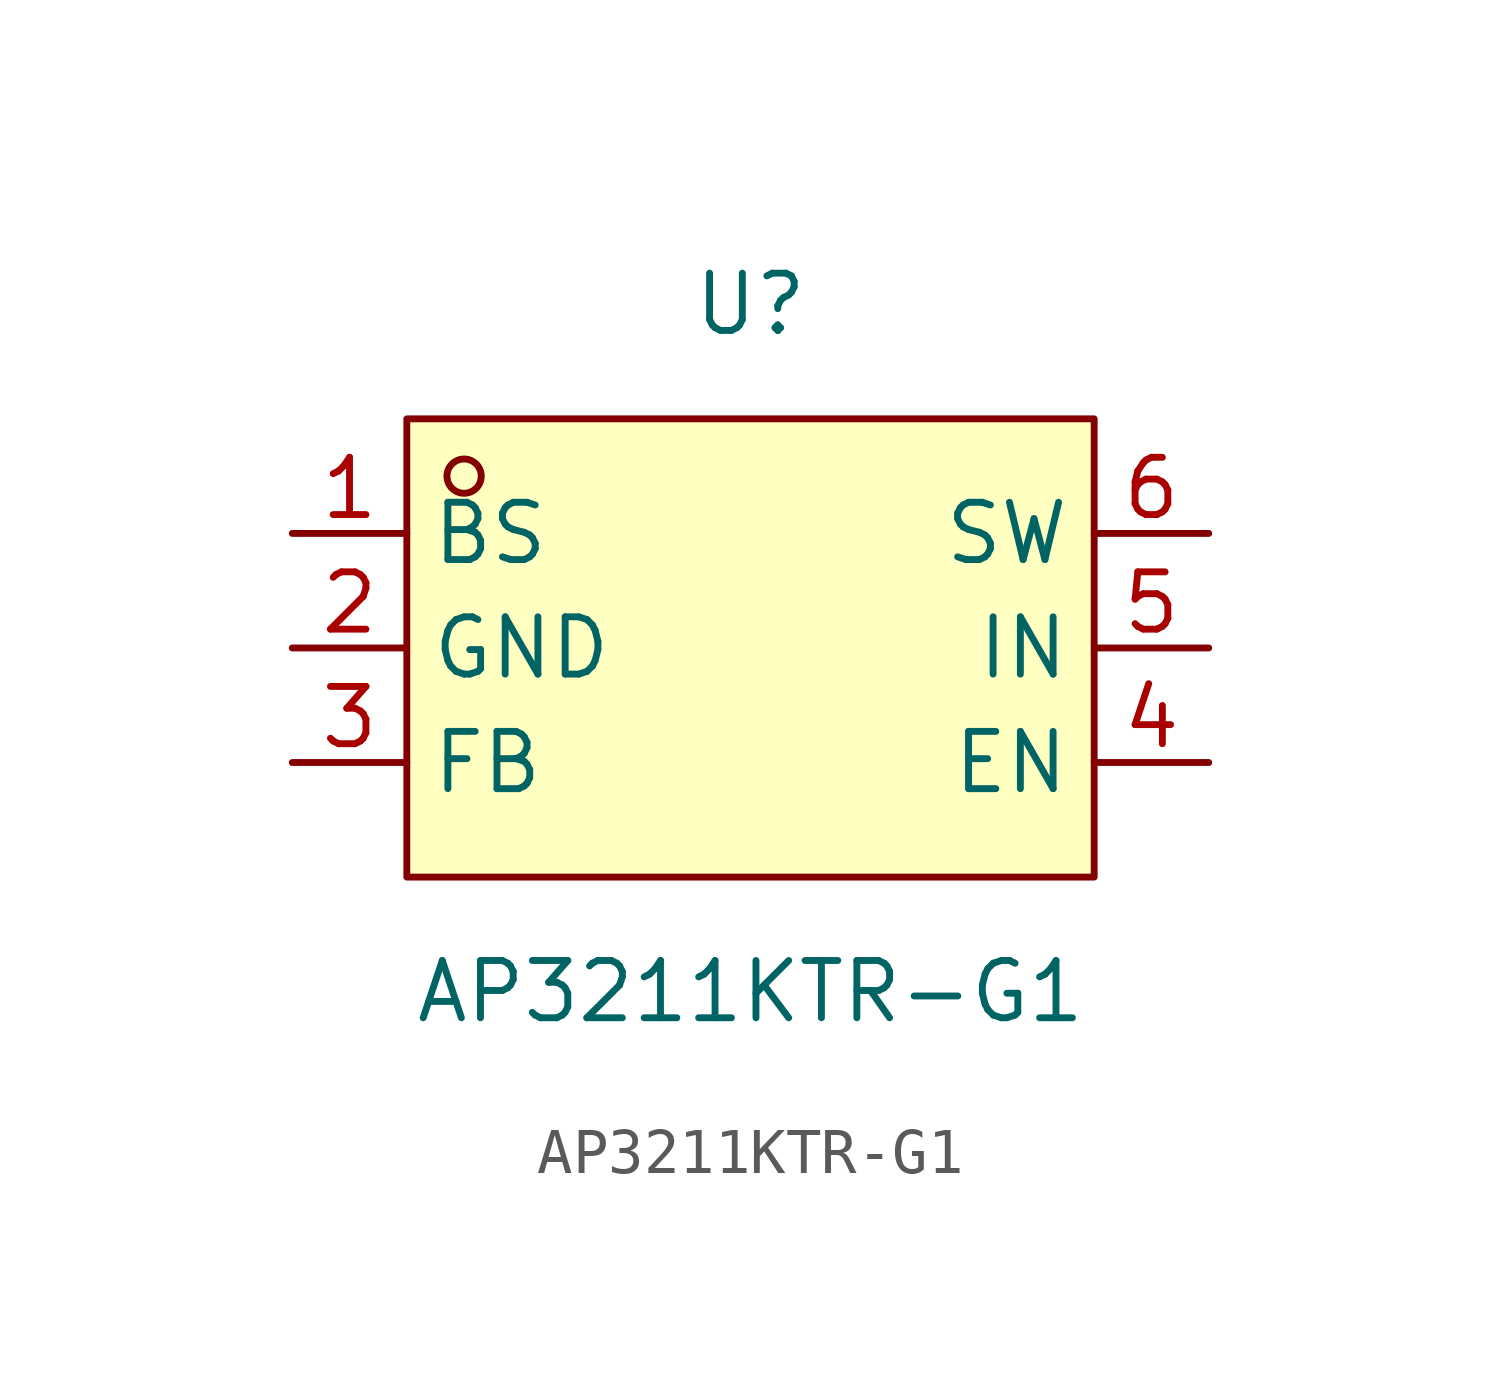
<source format=kicad_sym>
(kicad_symbol_lib
  (version 20211014)
  (generator https://github.com/uPesy/easyeda2kicad.py)
  (symbol "AP3211KTR-G1"
    (property "Reference" "U"
      (at 0 7.62 0)
      (effects (font (size 1.27 1.27))))
    (property "Value" "AP3211KTR-G1"
      (at 0 -7.62 0)
      (effects (font (size 1.27 1.27))))
    (symbol "AP3211KTR-G1_0_1"
      (rectangle (start -7.62 5.08) (end 7.62 -5.08) (stroke (width 0) (type default) (color 0 0 0 0)) (fill (type background)))
      (circle (center -6.35 3.81) (radius 0.38) (stroke (width 0) (type default) (color 0 0 0 0)) (fill (type none)))
      (pin unspecified line (at -10.16 2.54 0) (length 2.54) (name "BS" (effects (font (size 1.27 1.27)))) (number "1" (effects (font (size 1.27 1.27)))))
      (pin unspecified line (at -10.16 -0.00 0) (length 2.54) (name "GND" (effects (font (size 1.27 1.27)))) (number "2" (effects (font (size 1.27 1.27)))))
      (pin unspecified line (at -10.16 -2.54 0) (length 2.54) (name "FB" (effects (font (size 1.27 1.27)))) (number "3" (effects (font (size 1.27 1.27)))))
      (pin unspecified line (at 10.16 -2.54 180) (length 2.54) (name "EN" (effects (font (size 1.27 1.27)))) (number "4" (effects (font (size 1.27 1.27)))))
      (pin unspecified line (at 10.16 -0.00 180) (length 2.54) (name "IN" (effects (font (size 1.27 1.27)))) (number "5" (effects (font (size 1.27 1.27)))))
      (pin unspecified line (at 10.16 2.54 180) (length 2.54) (name "SW" (effects (font (size 1.27 1.27)))) (number "6" (effects (font (size 1.27 1.27))))))))
</source>
